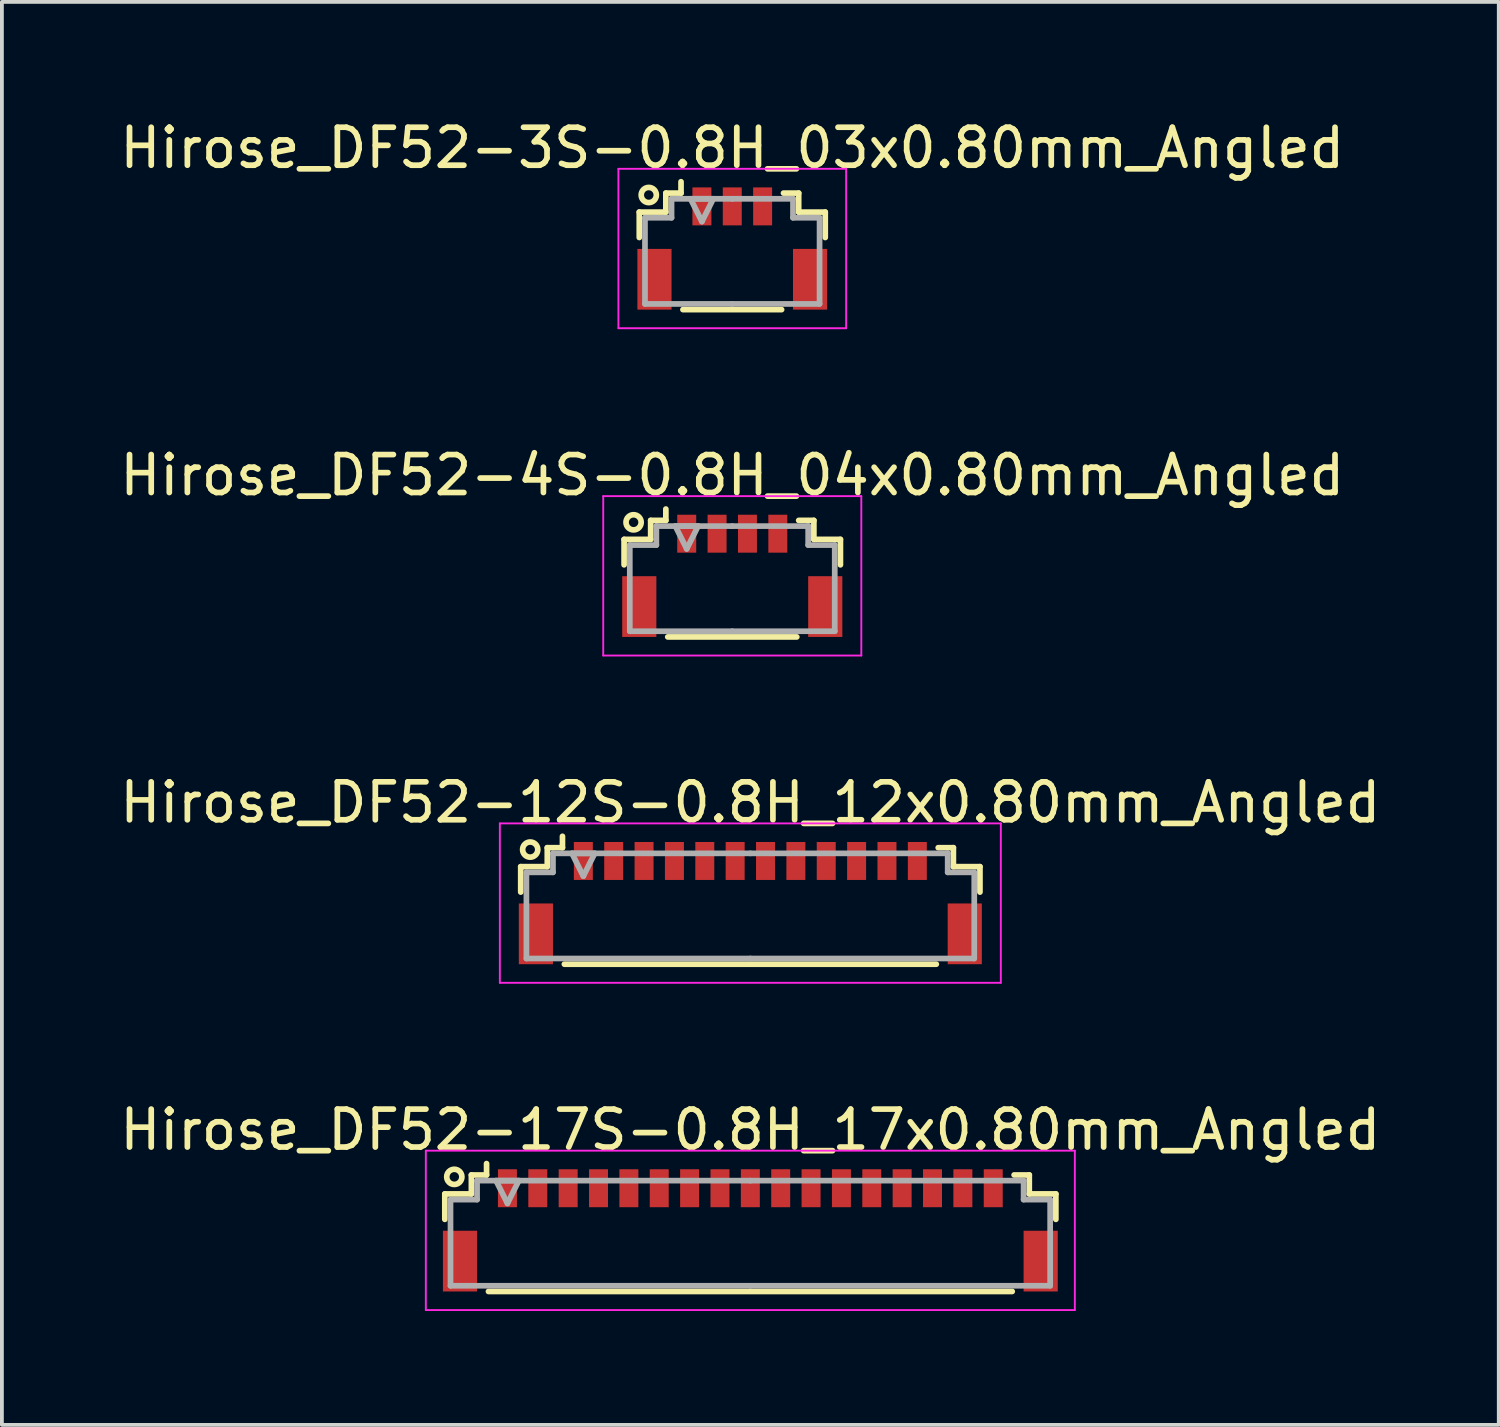
<source format=kicad_pcb>
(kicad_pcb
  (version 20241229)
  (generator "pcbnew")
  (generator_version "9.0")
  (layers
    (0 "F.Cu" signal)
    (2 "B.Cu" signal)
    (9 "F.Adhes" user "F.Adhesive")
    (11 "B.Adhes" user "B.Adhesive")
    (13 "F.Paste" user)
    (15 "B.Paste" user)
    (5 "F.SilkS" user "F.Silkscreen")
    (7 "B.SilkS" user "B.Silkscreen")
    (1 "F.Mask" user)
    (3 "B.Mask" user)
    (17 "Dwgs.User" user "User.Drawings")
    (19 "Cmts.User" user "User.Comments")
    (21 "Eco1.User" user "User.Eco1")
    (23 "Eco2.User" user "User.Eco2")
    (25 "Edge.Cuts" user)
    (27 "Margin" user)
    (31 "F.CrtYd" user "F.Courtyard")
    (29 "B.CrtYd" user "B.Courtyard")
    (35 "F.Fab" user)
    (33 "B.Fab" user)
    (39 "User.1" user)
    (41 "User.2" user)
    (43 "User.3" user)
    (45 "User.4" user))
  (footprint "Hirose_DF52-17S-0.8H_17x0.80mm_Angled"
    (layer "F.Cu")
    (at 16.72 29.218)
    (property "Reference" "Hirose_DF52-17S-0.8H_17x0.80mm_Angled" (at 0 -2.5 0) (layer "F.SilkS") (effects (font (size 1 1) (thickness 0.15))))
    (attr smd)
    (fp_line (start -8.05 -0.81) (end -8.05 -0.14) (stroke (width 0.15) (type solid)) (layer "F.SilkS"))
    (fp_line (start -7.35 -1.31) (end -7.35 -0.81) (stroke (width 0.15) (type solid)) (layer "F.SilkS"))
    (fp_line (start -7.35 -0.81) (end -8.05 -0.81) (stroke (width 0.15) (type solid)) (layer "F.SilkS"))
    (fp_line (start -6.95 -1.61) (end -6.95 -1.31) (stroke (width 0.15) (type solid)) (layer "F.SilkS"))
    (fp_line (start -6.95 -1.31) (end -7.35 -1.31) (stroke (width 0.15) (type solid)) (layer "F.SilkS"))
    (fp_line (start -6.9 1.76) (end 6.9 1.76) (stroke (width 0.15) (type solid)) (layer "F.SilkS"))
    (fp_line (start 6.95 -1.31) (end 7.35 -1.31) (stroke (width 0.15) (type solid)) (layer "F.SilkS"))
    (fp_line (start 7.35 -1.31) (end 7.35 -0.81) (stroke (width 0.15) (type solid)) (layer "F.SilkS"))
    (fp_line (start 7.35 -0.81) (end 8.05 -0.81) (stroke (width 0.15) (type solid)) (layer "F.SilkS"))
    (fp_line (start 8.05 -0.81) (end 8.05 -0.14) (stroke (width 0.15) (type solid)) (layer "F.SilkS"))
    (fp_circle (center -7.8 -1.26) (end -7.6 -1.26) (stroke (width 0.15) (type solid)) (fill no) (layer "F.SilkS"))
    (fp_line (start -8.55 -1.95) (end -8.55 2.25) (stroke (width 0.05) (type solid)) (layer "F.CrtYd"))
    (fp_line (start -8.55 2.25) (end 8.55 2.25) (stroke (width 0.05) (type solid)) (layer "F.CrtYd"))
    (fp_line (start 8.55 -1.95) (end -8.55 -1.95) (stroke (width 0.05) (type solid)) (layer "F.CrtYd"))
    (fp_line (start 8.55 2.25) (end 8.55 -1.95) (stroke (width 0.05) (type solid)) (layer "F.CrtYd"))
    (fp_line (start -7.9 -0.66) (end -7.9 1.61) (stroke (width 0.15) (type solid)) (layer "F.Fab"))
    (fp_line (start -7.9 1.61) (end 0 1.61) (stroke (width 0.15) (type solid)) (layer "F.Fab"))
    (fp_line (start -7.2 -1.16) (end -7.2 -1.16) (stroke (width 0.15) (type solid)) (layer "F.Fab"))
    (fp_line (start -7.2 -1.16) (end -7.2 -0.66) (stroke (width 0.15) (type solid)) (layer "F.Fab"))
    (fp_line (start -7.2 -0.66) (end -7.9 -0.66) (stroke (width 0.15) (type solid)) (layer "F.Fab"))
    (fp_line (start -6.7 -1.16) (end -6.1 -1.16) (stroke (width 0.15) (type solid)) (layer "F.Fab"))
    (fp_line (start -6.4 -0.56) (end -6.7 -1.16) (stroke (width 0.15) (type solid)) (layer "F.Fab"))
    (fp_line (start -6.1 -1.16) (end -6.4 -0.56) (stroke (width 0.15) (type solid)) (layer "F.Fab"))
    (fp_line (start 0 -1.16) (end -7.2 -1.16) (stroke (width 0.15) (type solid)) (layer "F.Fab"))
    (fp_line (start 0 -1.16) (end 7.2 -1.16) (stroke (width 0.15) (type solid)) (layer "F.Fab"))
    (fp_line (start 7.2 -1.16) (end 7.2 -1.16) (stroke (width 0.15) (type solid)) (layer "F.Fab"))
    (fp_line (start 7.2 -1.16) (end 7.2 -0.66) (stroke (width 0.15) (type solid)) (layer "F.Fab"))
    (fp_line (start 7.2 -0.66) (end 7.9 -0.66) (stroke (width 0.15) (type solid)) (layer "F.Fab"))
    (fp_line (start 7.9 -0.66) (end 7.9 1.61) (stroke (width 0.15) (type solid)) (layer "F.Fab"))
    (fp_line (start 7.9 1.61) (end 0 1.61) (stroke (width 0.15) (type solid)) (layer "F.Fab"))
    (pad "" smd rect (at -7.65 0.96) (size 0.9 1.6) (layers "F.Cu" "F.Mask" "F.Paste"))
    (pad "" smd rect (at 7.65 0.96) (size 0.9 1.6) (layers "F.Cu" "F.Mask" "F.Paste"))
    (pad "1" smd rect (at -6.4 -0.96) (size 0.5 1) (layers "F.Cu" "F.Mask" "F.Paste"))
    (pad "2" smd rect (at -5.6 -0.96) (size 0.5 1) (layers "F.Cu" "F.Mask" "F.Paste"))
    (pad "3" smd rect (at -4.8 -0.96) (size 0.5 1) (layers "F.Cu" "F.Mask" "F.Paste"))
    (pad "4" smd rect (at -4 -0.96) (size 0.5 1) (layers "F.Cu" "F.Mask" "F.Paste"))
    (pad "5" smd rect (at -3.2 -0.96) (size 0.5 1) (layers "F.Cu" "F.Mask" "F.Paste"))
    (pad "6" smd rect (at -2.4 -0.96) (size 0.5 1) (layers "F.Cu" "F.Mask" "F.Paste"))
    (pad "7" smd rect (at -1.6 -0.96) (size 0.5 1) (layers "F.Cu" "F.Mask" "F.Paste"))
    (pad "8" smd rect (at -0.8 -0.96) (size 0.5 1) (layers "F.Cu" "F.Mask" "F.Paste"))
    (pad "9" smd rect (at 0 -0.96) (size 0.5 1) (layers "F.Cu" "F.Mask" "F.Paste"))
    (pad "10" smd rect (at 0.8 -0.96) (size 0.5 1) (layers "F.Cu" "F.Mask" "F.Paste"))
    (pad "11" smd rect (at 1.6 -0.96) (size 0.5 1) (layers "F.Cu" "F.Mask" "F.Paste"))
    (pad "12" smd rect (at 2.4 -0.96) (size 0.5 1) (layers "F.Cu" "F.Mask" "F.Paste"))
    (pad "13" smd rect (at 3.2 -0.96) (size 0.5 1) (layers "F.Cu" "F.Mask" "F.Paste"))
    (pad "14" smd rect (at 4 -0.96) (size 0.5 1) (layers "F.Cu" "F.Mask" "F.Paste"))
    (pad "15" smd rect (at 4.8 -0.96) (size 0.5 1) (layers "F.Cu" "F.Mask" "F.Paste"))
    (pad "16" smd rect (at 5.6 -0.96) (size 0.5 1) (layers "F.Cu" "F.Mask" "F.Paste"))
    (pad "17" smd rect (at 6.4 -0.96) (size 0.5 1) (layers "F.Cu" "F.Mask" "F.Paste")))
  (footprint "Hirose_DF52-3S-0.8H_03x0.80mm_Angled"
    (layer "F.Cu")
    (at 16.244 3.348)
    (property "Reference" "Hirose_DF52-3S-0.8H_03x0.80mm_Angled" (at 0 -2.5 0) (layer "F.SilkS") (effects (font (size 1 1) (thickness 0.15))))
    (attr smd)
    (fp_line (start -2.45 -0.81) (end -2.45 -0.14) (stroke (width 0.15) (type solid)) (layer "F.SilkS"))
    (fp_line (start -1.75 -1.31) (end -1.75 -0.81) (stroke (width 0.15) (type solid)) (layer "F.SilkS"))
    (fp_line (start -1.75 -0.81) (end -2.45 -0.81) (stroke (width 0.15) (type solid)) (layer "F.SilkS"))
    (fp_line (start -1.35 -1.61) (end -1.35 -1.31) (stroke (width 0.15) (type solid)) (layer "F.SilkS"))
    (fp_line (start -1.35 -1.31) (end -1.75 -1.31) (stroke (width 0.15) (type solid)) (layer "F.SilkS"))
    (fp_line (start -1.3 1.76) (end 1.3 1.76) (stroke (width 0.15) (type solid)) (layer "F.SilkS"))
    (fp_line (start 1.35 -1.31) (end 1.75 -1.31) (stroke (width 0.15) (type solid)) (layer "F.SilkS"))
    (fp_line (start 1.75 -1.31) (end 1.75 -0.81) (stroke (width 0.15) (type solid)) (layer "F.SilkS"))
    (fp_line (start 1.75 -0.81) (end 2.45 -0.81) (stroke (width 0.15) (type solid)) (layer "F.SilkS"))
    (fp_line (start 2.45 -0.81) (end 2.45 -0.14) (stroke (width 0.15) (type solid)) (layer "F.SilkS"))
    (fp_circle (center -2.2 -1.26) (end -2 -1.26) (stroke (width 0.15) (type solid)) (fill no) (layer "F.SilkS"))
    (fp_line (start -3 -1.95) (end -3 2.25) (stroke (width 0.05) (type solid)) (layer "F.CrtYd"))
    (fp_line (start -3 2.25) (end 3 2.25) (stroke (width 0.05) (type solid)) (layer "F.CrtYd"))
    (fp_line (start 3 -1.95) (end -3 -1.95) (stroke (width 0.05) (type solid)) (layer "F.CrtYd"))
    (fp_line (start 3 2.25) (end 3 -1.95) (stroke (width 0.05) (type solid)) (layer "F.CrtYd"))
    (fp_line (start -2.3 -0.66) (end -2.3 1.61) (stroke (width 0.15) (type solid)) (layer "F.Fab"))
    (fp_line (start -2.3 1.61) (end 0 1.61) (stroke (width 0.15) (type solid)) (layer "F.Fab"))
    (fp_line (start -1.6 -1.16) (end -1.6 -1.16) (stroke (width 0.15) (type solid)) (layer "F.Fab"))
    (fp_line (start -1.6 -1.16) (end -1.6 -0.66) (stroke (width 0.15) (type solid)) (layer "F.Fab"))
    (fp_line (start -1.6 -0.66) (end -2.3 -0.66) (stroke (width 0.15) (type solid)) (layer "F.Fab"))
    (fp_line (start -1.1 -1.16) (end -0.5 -1.16) (stroke (width 0.15) (type solid)) (layer "F.Fab"))
    (fp_line (start -0.8 -0.56) (end -1.1 -1.16) (stroke (width 0.15) (type solid)) (layer "F.Fab"))
    (fp_line (start -0.5 -1.16) (end -0.8 -0.56) (stroke (width 0.15) (type solid)) (layer "F.Fab"))
    (fp_line (start 0 -1.16) (end -1.6 -1.16) (stroke (width 0.15) (type solid)) (layer "F.Fab"))
    (fp_line (start 0 -1.16) (end 1.6 -1.16) (stroke (width 0.15) (type solid)) (layer "F.Fab"))
    (fp_line (start 1.6 -1.16) (end 1.6 -1.16) (stroke (width 0.15) (type solid)) (layer "F.Fab"))
    (fp_line (start 1.6 -1.16) (end 1.6 -0.66) (stroke (width 0.15) (type solid)) (layer "F.Fab"))
    (fp_line (start 1.6 -0.66) (end 2.3 -0.66) (stroke (width 0.15) (type solid)) (layer "F.Fab"))
    (fp_line (start 2.3 -0.66) (end 2.3 1.61) (stroke (width 0.15) (type solid)) (layer "F.Fab"))
    (fp_line (start 2.3 1.61) (end 0 1.61) (stroke (width 0.15) (type solid)) (layer "F.Fab"))
    (pad "" smd rect (at -2.05 0.96) (size 0.9 1.6) (layers "F.Cu" "F.Mask" "F.Paste"))
    (pad "" smd rect (at 2.05 0.96) (size 0.9 1.6) (layers "F.Cu" "F.Mask" "F.Paste"))
    (pad "1" smd rect (at -0.8 -0.96) (size 0.5 1) (layers "F.Cu" "F.Mask" "F.Paste"))
    (pad "2" smd rect (at 0 -0.96) (size 0.5 1) (layers "F.Cu" "F.Mask" "F.Paste"))
    (pad "3" smd rect (at 0.8 -0.96) (size 0.5 1) (layers "F.Cu" "F.Mask" "F.Paste")))
  (footprint "Hirose_DF52-4S-0.8H_04x0.80mm_Angled"
    (layer "F.Cu")
    (at 16.244 11.972)
    (property "Reference" "Hirose_DF52-4S-0.8H_04x0.80mm_Angled" (at 0 -2.5 0) (layer "F.SilkS") (effects (font (size 1 1) (thickness 0.15))))
    (attr smd)
    (fp_line (start -2.85 -0.81) (end -2.85 -0.14) (stroke (width 0.15) (type solid)) (layer "F.SilkS"))
    (fp_line (start -2.15 -1.31) (end -2.15 -0.81) (stroke (width 0.15) (type solid)) (layer "F.SilkS"))
    (fp_line (start -2.15 -0.81) (end -2.85 -0.81) (stroke (width 0.15) (type solid)) (layer "F.SilkS"))
    (fp_line (start -1.75 -1.61) (end -1.75 -1.31) (stroke (width 0.15) (type solid)) (layer "F.SilkS"))
    (fp_line (start -1.75 -1.31) (end -2.15 -1.31) (stroke (width 0.15) (type solid)) (layer "F.SilkS"))
    (fp_line (start -1.7 1.76) (end 1.7 1.76) (stroke (width 0.15) (type solid)) (layer "F.SilkS"))
    (fp_line (start 1.75 -1.31) (end 2.15 -1.31) (stroke (width 0.15) (type solid)) (layer "F.SilkS"))
    (fp_line (start 2.15 -1.31) (end 2.15 -0.81) (stroke (width 0.15) (type solid)) (layer "F.SilkS"))
    (fp_line (start 2.15 -0.81) (end 2.85 -0.81) (stroke (width 0.15) (type solid)) (layer "F.SilkS"))
    (fp_line (start 2.85 -0.81) (end 2.85 -0.14) (stroke (width 0.15) (type solid)) (layer "F.SilkS"))
    (fp_circle (center -2.6 -1.26) (end -2.4 -1.26) (stroke (width 0.15) (type solid)) (fill no) (layer "F.SilkS"))
    (fp_line (start -3.4 -1.95) (end -3.4 2.25) (stroke (width 0.05) (type solid)) (layer "F.CrtYd"))
    (fp_line (start -3.4 2.25) (end 3.4 2.25) (stroke (width 0.05) (type solid)) (layer "F.CrtYd"))
    (fp_line (start 3.4 -1.95) (end -3.4 -1.95) (stroke (width 0.05) (type solid)) (layer "F.CrtYd"))
    (fp_line (start 3.4 2.25) (end 3.4 -1.95) (stroke (width 0.05) (type solid)) (layer "F.CrtYd"))
    (fp_line (start -2.7 -0.66) (end -2.7 1.61) (stroke (width 0.15) (type solid)) (layer "F.Fab"))
    (fp_line (start -2.7 1.61) (end 0 1.61) (stroke (width 0.15) (type solid)) (layer "F.Fab"))
    (fp_line (start -2 -1.16) (end -2 -1.16) (stroke (width 0.15) (type solid)) (layer "F.Fab"))
    (fp_line (start -2 -1.16) (end -2 -0.66) (stroke (width 0.15) (type solid)) (layer "F.Fab"))
    (fp_line (start -2 -0.66) (end -2.7 -0.66) (stroke (width 0.15) (type solid)) (layer "F.Fab"))
    (fp_line (start -1.5 -1.16) (end -0.9 -1.16) (stroke (width 0.15) (type solid)) (layer "F.Fab"))
    (fp_line (start -1.2 -0.56) (end -1.5 -1.16) (stroke (width 0.15) (type solid)) (layer "F.Fab"))
    (fp_line (start -0.9 -1.16) (end -1.2 -0.56) (stroke (width 0.15) (type solid)) (layer "F.Fab"))
    (fp_line (start 0 -1.16) (end -2 -1.16) (stroke (width 0.15) (type solid)) (layer "F.Fab"))
    (fp_line (start 0 -1.16) (end 2 -1.16) (stroke (width 0.15) (type solid)) (layer "F.Fab"))
    (fp_line (start 2 -1.16) (end 2 -1.16) (stroke (width 0.15) (type solid)) (layer "F.Fab"))
    (fp_line (start 2 -1.16) (end 2 -0.66) (stroke (width 0.15) (type solid)) (layer "F.Fab"))
    (fp_line (start 2 -0.66) (end 2.7 -0.66) (stroke (width 0.15) (type solid)) (layer "F.Fab"))
    (fp_line (start 2.7 -0.66) (end 2.7 1.61) (stroke (width 0.15) (type solid)) (layer "F.Fab"))
    (fp_line (start 2.7 1.61) (end 0 1.61) (stroke (width 0.15) (type solid)) (layer "F.Fab"))
    (pad "" smd rect (at -2.45 0.96) (size 0.9 1.6) (layers "F.Cu" "F.Mask" "F.Paste"))
    (pad "" smd rect (at 2.45 0.96) (size 0.9 1.6) (layers "F.Cu" "F.Mask" "F.Paste"))
    (pad "1" smd rect (at -1.2 -0.96) (size 0.5 1) (layers "F.Cu" "F.Mask" "F.Paste"))
    (pad "2" smd rect (at -0.4 -0.96) (size 0.5 1) (layers "F.Cu" "F.Mask" "F.Paste"))
    (pad "3" smd rect (at 0.4 -0.96) (size 0.5 1) (layers "F.Cu" "F.Mask" "F.Paste"))
    (pad "4" smd rect (at 1.2 -0.96) (size 0.5 1) (layers "F.Cu" "F.Mask" "F.Paste")))
  (footprint "Hirose_DF52-12S-0.8H_12x0.80mm_Angled"
    (layer "F.Cu")
    (at 16.72 20.595)
    (property "Reference" "Hirose_DF52-12S-0.8H_12x0.80mm_Angled" (at 0 -2.5 0) (layer "F.SilkS") (effects (font (size 1 1) (thickness 0.15))))
    (attr smd)
    (fp_line (start -6.05 -0.81) (end -6.05 -0.14) (stroke (width 0.15) (type solid)) (layer "F.SilkS"))
    (fp_line (start -5.35 -1.31) (end -5.35 -0.81) (stroke (width 0.15) (type solid)) (layer "F.SilkS"))
    (fp_line (start -5.35 -0.81) (end -6.05 -0.81) (stroke (width 0.15) (type solid)) (layer "F.SilkS"))
    (fp_line (start -4.95 -1.61) (end -4.95 -1.31) (stroke (width 0.15) (type solid)) (layer "F.SilkS"))
    (fp_line (start -4.95 -1.31) (end -5.35 -1.31) (stroke (width 0.15) (type solid)) (layer "F.SilkS"))
    (fp_line (start -4.9 1.76) (end 4.9 1.76) (stroke (width 0.15) (type solid)) (layer "F.SilkS"))
    (fp_line (start 4.95 -1.31) (end 5.35 -1.31) (stroke (width 0.15) (type solid)) (layer "F.SilkS"))
    (fp_line (start 5.35 -1.31) (end 5.35 -0.81) (stroke (width 0.15) (type solid)) (layer "F.SilkS"))
    (fp_line (start 5.35 -0.81) (end 6.05 -0.81) (stroke (width 0.15) (type solid)) (layer "F.SilkS"))
    (fp_line (start 6.05 -0.81) (end 6.05 -0.14) (stroke (width 0.15) (type solid)) (layer "F.SilkS"))
    (fp_circle (center -5.8 -1.26) (end -5.6 -1.26) (stroke (width 0.15) (type solid)) (fill no) (layer "F.SilkS"))
    (fp_line (start -6.6 -1.95) (end -6.6 2.25) (stroke (width 0.05) (type solid)) (layer "F.CrtYd"))
    (fp_line (start -6.6 2.25) (end 6.6 2.25) (stroke (width 0.05) (type solid)) (layer "F.CrtYd"))
    (fp_line (start 6.6 -1.95) (end -6.6 -1.95) (stroke (width 0.05) (type solid)) (layer "F.CrtYd"))
    (fp_line (start 6.6 2.25) (end 6.6 -1.95) (stroke (width 0.05) (type solid)) (layer "F.CrtYd"))
    (fp_line (start -5.9 -0.66) (end -5.9 1.61) (stroke (width 0.15) (type solid)) (layer "F.Fab"))
    (fp_line (start -5.9 1.61) (end 0 1.61) (stroke (width 0.15) (type solid)) (layer "F.Fab"))
    (fp_line (start -5.2 -1.16) (end -5.2 -1.16) (stroke (width 0.15) (type solid)) (layer "F.Fab"))
    (fp_line (start -5.2 -1.16) (end -5.2 -0.66) (stroke (width 0.15) (type solid)) (layer "F.Fab"))
    (fp_line (start -5.2 -0.66) (end -5.9 -0.66) (stroke (width 0.15) (type solid)) (layer "F.Fab"))
    (fp_line (start -4.7 -1.16) (end -4.1 -1.16) (stroke (width 0.15) (type solid)) (layer "F.Fab"))
    (fp_line (start -4.4 -0.56) (end -4.7 -1.16) (stroke (width 0.15) (type solid)) (layer "F.Fab"))
    (fp_line (start -4.1 -1.16) (end -4.4 -0.56) (stroke (width 0.15) (type solid)) (layer "F.Fab"))
    (fp_line (start 0 -1.16) (end -5.2 -1.16) (stroke (width 0.15) (type solid)) (layer "F.Fab"))
    (fp_line (start 0 -1.16) (end 5.2 -1.16) (stroke (width 0.15) (type solid)) (layer "F.Fab"))
    (fp_line (start 5.2 -1.16) (end 5.2 -1.16) (stroke (width 0.15) (type solid)) (layer "F.Fab"))
    (fp_line (start 5.2 -1.16) (end 5.2 -0.66) (stroke (width 0.15) (type solid)) (layer "F.Fab"))
    (fp_line (start 5.2 -0.66) (end 5.9 -0.66) (stroke (width 0.15) (type solid)) (layer "F.Fab"))
    (fp_line (start 5.9 -0.66) (end 5.9 1.61) (stroke (width 0.15) (type solid)) (layer "F.Fab"))
    (fp_line (start 5.9 1.61) (end 0 1.61) (stroke (width 0.15) (type solid)) (layer "F.Fab"))
    (pad "" smd rect (at -5.65 0.96) (size 0.9 1.6) (layers "F.Cu" "F.Mask" "F.Paste"))
    (pad "" smd rect (at 5.65 0.96) (size 0.9 1.6) (layers "F.Cu" "F.Mask" "F.Paste"))
    (pad "1" smd rect (at -4.4 -0.96) (size 0.5 1) (layers "F.Cu" "F.Mask" "F.Paste"))
    (pad "2" smd rect (at -3.6 -0.96) (size 0.5 1) (layers "F.Cu" "F.Mask" "F.Paste"))
    (pad "3" smd rect (at -2.8 -0.96) (size 0.5 1) (layers "F.Cu" "F.Mask" "F.Paste"))
    (pad "4" smd rect (at -2 -0.96) (size 0.5 1) (layers "F.Cu" "F.Mask" "F.Paste"))
    (pad "5" smd rect (at -1.2 -0.96) (size 0.5 1) (layers "F.Cu" "F.Mask" "F.Paste"))
    (pad "6" smd rect (at -0.4 -0.96) (size 0.5 1) (layers "F.Cu" "F.Mask" "F.Paste"))
    (pad "7" smd rect (at 0.4 -0.96) (size 0.5 1) (layers "F.Cu" "F.Mask" "F.Paste"))
    (pad "8" smd rect (at 1.2 -0.96) (size 0.5 1) (layers "F.Cu" "F.Mask" "F.Paste"))
    (pad "9" smd rect (at 2 -0.96) (size 0.5 1) (layers "F.Cu" "F.Mask" "F.Paste"))
    (pad "10" smd rect (at 2.8 -0.96) (size 0.5 1) (layers "F.Cu" "F.Mask" "F.Paste"))
    (pad "11" smd rect (at 3.6 -0.96) (size 0.5 1) (layers "F.Cu" "F.Mask" "F.Paste"))
    (pad "12" smd rect (at 4.4 -0.96) (size 0.5 1) (layers "F.Cu" "F.Mask" "F.Paste")))
  (gr_rect
    (start -3 -3)
    (end 36.44 34.493)
    (stroke (width 0.1) (type default))
    (fill no)
    (layer "Edge.Cuts")))
</source>
